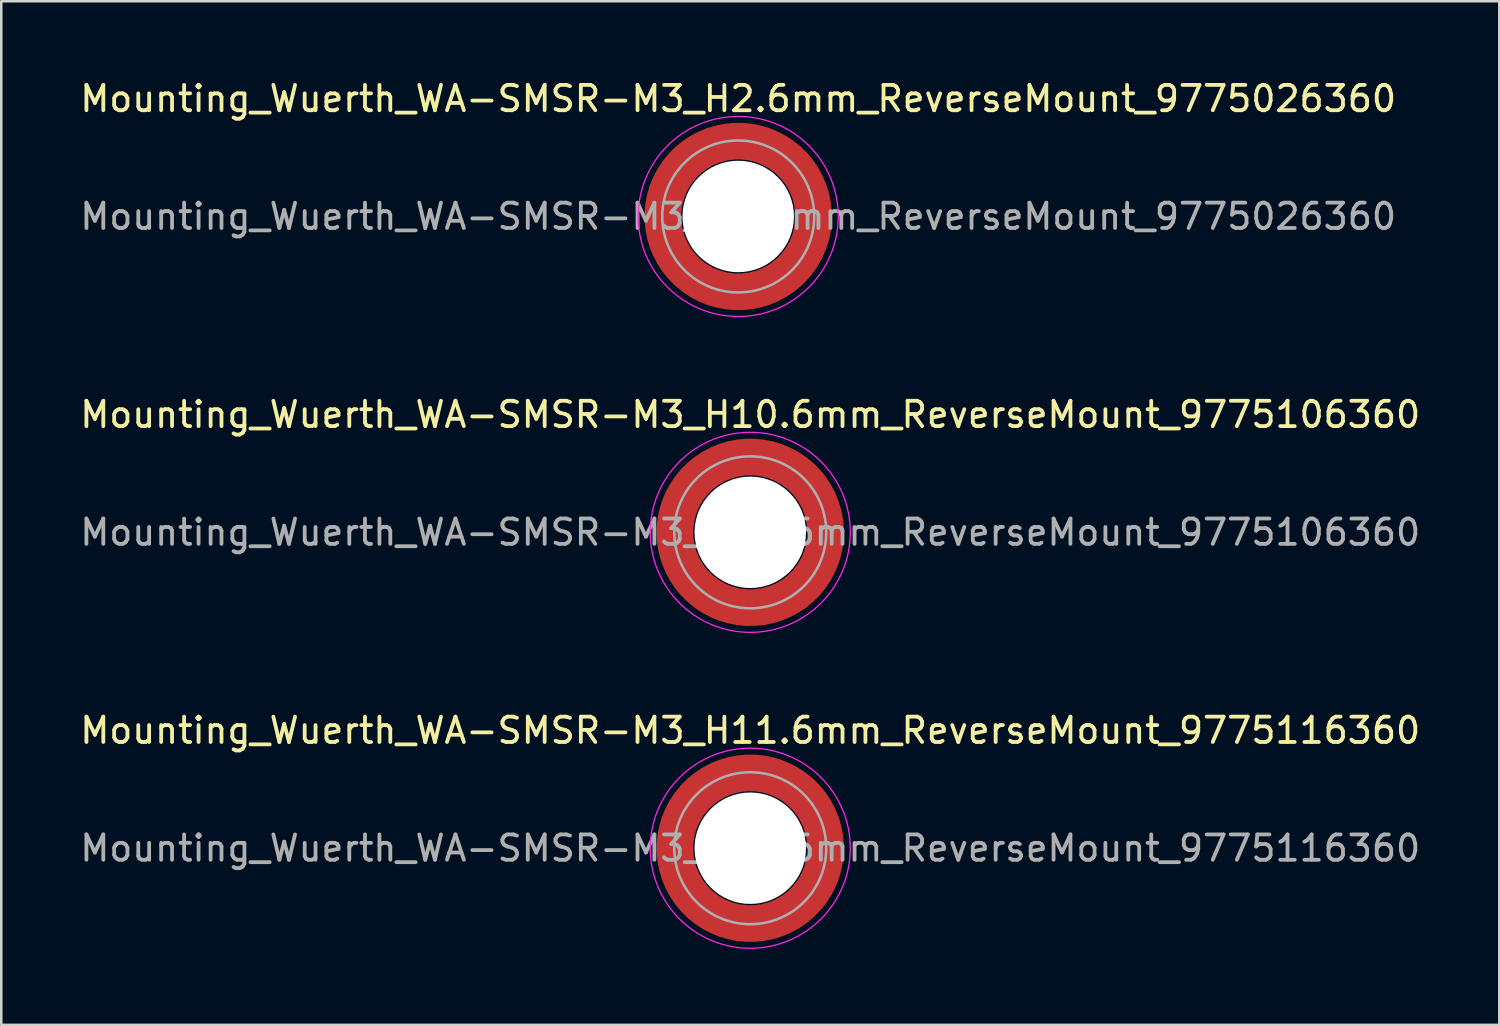
<source format=kicad_pcb>
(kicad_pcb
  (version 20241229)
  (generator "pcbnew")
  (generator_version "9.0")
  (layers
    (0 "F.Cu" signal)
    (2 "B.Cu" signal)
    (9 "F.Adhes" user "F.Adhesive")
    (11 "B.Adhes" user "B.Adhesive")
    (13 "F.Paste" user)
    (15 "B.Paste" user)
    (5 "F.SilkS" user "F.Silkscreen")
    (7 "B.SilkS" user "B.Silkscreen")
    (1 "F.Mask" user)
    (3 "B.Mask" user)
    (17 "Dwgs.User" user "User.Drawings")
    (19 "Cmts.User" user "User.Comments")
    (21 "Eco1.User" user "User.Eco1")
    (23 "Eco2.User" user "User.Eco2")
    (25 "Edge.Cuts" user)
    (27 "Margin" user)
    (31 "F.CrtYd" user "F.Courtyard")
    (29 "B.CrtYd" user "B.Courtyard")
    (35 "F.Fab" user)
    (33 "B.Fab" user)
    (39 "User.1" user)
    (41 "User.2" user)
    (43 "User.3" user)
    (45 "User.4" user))
  (footprint "Mounting_Wuerth_WA-SMSR-M3_H2.6mm_ReverseMount_9775026360"
    (layer "F.Cu")
    (at 26.101 5.498)
    (property "Reference" "Mounting_Wuerth_WA-SMSR-M3_H2.6mm_ReverseMount_9775026360" (at 0 -4.65 0) (layer "F.SilkS") (effects (font (size 1 1) (thickness 0.15))))
    (attr smd)
    (fp_circle (center 0 0) (end 3.95 0) (stroke (width 0.05) (type solid)) (fill no) (layer "F.CrtYd"))
    (fp_circle (center 0 0) (end 3 0) (stroke (width 0.1) (type solid)) (fill no) (layer "F.Fab"))
    (fp_text user "${REFERENCE}" (at 0 0 0) (layer "F.Fab") (effects (font (size 1 1) (thickness 0.15))))
    (pad "" smd custom (at -2.095 -2.095) (size 0.945 0.945) (layers "F.Paste") (options (anchor circle)) (primitives (gr_arc (start -0.24231 1.594804) (mid 0.404819 0.404819) (end 1.594804 -0.24231) (width 0.2)) (gr_arc (start -0.3398 1.594804) (mid 0.337349 0.337349) (end 1.594804 -0.3398) (width 0.2)) (gr_arc (start -0.437132 1.594804) (mid 0.269879 0.269879) (end 1.594804 -0.437132) (width 0.2)) (gr_arc (start -0.534324 1.594804) (mid 0.202409 0.202409) (end 1.594804 -0.534324) (width 0.2)) (gr_arc (start -0.631391 1.594804) (mid 0.134939 0.134939) (end 1.594804 -0.631391) (width 0.2)) (gr_arc (start -0.728345 1.594804) (mid 0.06747 0.06747) (end 1.594804 -0.728345) (width 0.2)) (gr_arc (start -0.825197 1.594804) (mid 0 0) (end 1.594804 -0.825197) (width 0.2)) (gr_arc (start -0.921958 1.594804) (mid -0.067469 -0.067469) (end 1.594804 -0.921958) (width 0.2)) (gr_arc (start -1.018637 1.594804) (mid -0.13494 -0.13494) (end 1.594804 -1.018637) (width 0.2)) (gr_arc (start -1.115239 1.594804) (mid -0.202409 -0.202409) (end 1.594804 -1.115239) (width 0.2)) (gr_arc (start -1.211773 1.594804) (mid -0.269879 -0.269879) (end 1.594804 -1.211773) (width 0.2)) (gr_arc (start -1.308244 1.594804) (mid -0.337349 -0.337349) (end 1.594804 -1.308244) (width 0.2)) (gr_arc (start -1.404657 1.594804) (mid -0.404819 -0.404819) (end 1.594804 -1.404657) (width 0.2)) (gr_arc (start -1.404657 1.594804) (mid -0.404819 -0.404819) (end 1.594804 -1.404657) (width 0.2)) (gr_line (start 1.595 -0.242) (end 1.595 -1.405) (width 0.2)) (gr_line (start -0.242 1.595) (end -1.405 1.595) (width 0.2))))
    (pad "" smd custom (at -2.095 2.095) (size 0.945 0.945) (layers "F.Paste") (options (anchor circle)) (primitives (gr_arc (start 1.594804 0.24231) (mid 0.404819 -0.404819) (end -0.24231 -1.594804) (width 0.2)) (gr_arc (start 1.594804 0.3398) (mid 0.337349 -0.337349) (end -0.3398 -1.594804) (width 0.2)) (gr_arc (start 1.594804 0.437132) (mid 0.269879 -0.269879) (end -0.437132 -1.594804) (width 0.2)) (gr_arc (start 1.594804 0.534324) (mid 0.202409 -0.202409) (end -0.534324 -1.594804) (width 0.2)) (gr_arc (start 1.594804 0.631391) (mid 0.134939 -0.134939) (end -0.631391 -1.594804) (width 0.2)) (gr_arc (start 1.594804 0.728345) (mid 0.06747 -0.06747) (end -0.728345 -1.594804) (width 0.2)) (gr_arc (start 1.594804 0.825197) (mid 0 0) (end -0.825197 -1.594804) (width 0.2)) (gr_arc (start 1.594804 0.921958) (mid -0.067469 0.067469) (end -0.921958 -1.594804) (width 0.2)) (gr_arc (start 1.594804 1.018637) (mid -0.13494 0.13494) (end -1.018637 -1.594804) (width 0.2)) (gr_arc (start 1.594804 1.115239) (mid -0.202409 0.202409) (end -1.115239 -1.594804) (width 0.2)) (gr_arc (start 1.594804 1.211773) (mid -0.269879 0.269879) (end -1.211773 -1.594804) (width 0.2)) (gr_arc (start 1.594804 1.308244) (mid -0.337349 0.337349) (end -1.308244 -1.594804) (width 0.2)) (gr_arc (start 1.594804 1.404657) (mid -0.404819 0.404819) (end -1.404657 -1.594804) (width 0.2)) (gr_arc (start 1.594804 1.404657) (mid -0.404819 0.404819) (end -1.404657 -1.594804) (width 0.2)) (gr_line (start -0.242 -1.595) (end -1.405 -1.595) (width 0.2)) (gr_line (start 1.595 0.242) (end 1.595 1.405) (width 0.2))))
    (pad "" np_thru_hole circle (at 0 0) (size 4.4 4.4) (drill 4.4) (layers "*.Cu" "*.Mask"))
    (pad "" smd custom (at 2.095 -2.095) (size 0.945 0.945) (layers "F.Paste") (options (anchor circle)) (primitives (gr_arc (start -1.594804 -0.24231) (mid -0.404819 0.404819) (end 0.24231 1.594804) (width 0.2)) (gr_arc (start -1.594804 -0.3398) (mid -0.337349 0.337349) (end 0.3398 1.594804) (width 0.2)) (gr_arc (start -1.594804 -0.437132) (mid -0.269879 0.269879) (end 0.437132 1.594804) (width 0.2)) (gr_arc (start -1.594804 -0.534324) (mid -0.202409 0.202409) (end 0.534324 1.594804) (width 0.2)) (gr_arc (start -1.594804 -0.631391) (mid -0.134939 0.134939) (end 0.631391 1.594804) (width 0.2)) (gr_arc (start -1.594804 -0.728345) (mid -0.06747 0.06747) (end 0.728345 1.594804) (width 0.2)) (gr_arc (start -1.594804 -0.825197) (mid 0 0) (end 0.825197 1.594804) (width 0.2)) (gr_arc (start -1.594804 -0.921958) (mid 0.067469 -0.067469) (end 0.921958 1.594804) (width 0.2)) (gr_arc (start -1.594804 -1.018637) (mid 0.13494 -0.13494) (end 1.018637 1.594804) (width 0.2)) (gr_arc (start -1.594804 -1.115239) (mid 0.202409 -0.202409) (end 1.115239 1.594804) (width 0.2)) (gr_arc (start -1.594804 -1.211773) (mid 0.269879 -0.269879) (end 1.211773 1.594804) (width 0.2)) (gr_arc (start -1.594804 -1.308244) (mid 0.337349 -0.337349) (end 1.308244 1.594804) (width 0.2)) (gr_arc (start -1.594804 -1.404657) (mid 0.404819 -0.404819) (end 1.404657 1.594804) (width 0.2)) (gr_arc (start -1.594804 -1.404657) (mid 0.404819 -0.404819) (end 1.404657 1.594804) (width 0.2)) (gr_line (start 0.242 1.595) (end 1.405 1.595) (width 0.2)) (gr_line (start -1.595 -0.242) (end -1.595 -1.405) (width 0.2))))
    (pad "" smd custom (at 2.095 2.095) (size 0.945 0.945) (layers "F.Paste") (options (anchor circle)) (primitives (gr_arc (start 0.24231 -1.594804) (mid -0.404819 -0.404819) (end -1.594804 0.24231) (width 0.2)) (gr_arc (start 0.3398 -1.594804) (mid -0.337349 -0.337349) (end -1.594804 0.3398) (width 0.2)) (gr_arc (start 0.437132 -1.594804) (mid -0.269879 -0.269879) (end -1.594804 0.437132) (width 0.2)) (gr_arc (start 0.534324 -1.594804) (mid -0.202409 -0.202409) (end -1.594804 0.534324) (width 0.2)) (gr_arc (start 0.631391 -1.594804) (mid -0.134939 -0.134939) (end -1.594804 0.631391) (width 0.2)) (gr_arc (start 0.728345 -1.594804) (mid -0.06747 -0.06747) (end -1.594804 0.728345) (width 0.2)) (gr_arc (start 0.825197 -1.594804) (mid 0 0) (end -1.594804 0.825197) (width 0.2)) (gr_arc (start 0.921958 -1.594804) (mid 0.067469 0.067469) (end -1.594804 0.921958) (width 0.2)) (gr_arc (start 1.018637 -1.594804) (mid 0.13494 0.13494) (end -1.594804 1.018637) (width 0.2)) (gr_arc (start 1.115239 -1.594804) (mid 0.202409 0.202409) (end -1.594804 1.115239) (width 0.2)) (gr_arc (start 1.211773 -1.594804) (mid 0.269879 0.269879) (end -1.594804 1.211773) (width 0.2)) (gr_arc (start 1.308244 -1.594804) (mid 0.337349 0.337349) (end -1.594804 1.308244) (width 0.2)) (gr_arc (start 1.404657 -1.594804) (mid 0.404819 0.404819) (end -1.594804 1.404657) (width 0.2)) (gr_arc (start 1.404657 -1.594804) (mid 0.404819 0.404819) (end -1.594804 1.404657) (width 0.2)) (gr_line (start -1.595 0.242) (end -1.595 1.405) (width 0.2)) (gr_line (start 0.242 -1.595) (end 1.405 -1.595) (width 0.2))))
    (pad "1" smd circle (at -2.975 0) (size 1.05 1.05) (layers "F.Cu"))
    (pad "1" smd circle (at 0 -2.975) (size 1.05 1.05) (layers "F.Cu"))
    (pad "1" smd circle (at 0 2.975) (size 1.05 1.05) (layers "F.Cu"))
    (pad "1" smd custom (at 2.975 0) (size 1.05 1.05) (layers "F.Cu" "F.Mask") (options (anchor circle)) (primitives (gr_circle (center -2.975 0) (end 0 0) (width 1.45) (fill no)))))
  (footprint "Mounting_Wuerth_WA-SMSR-M3_H10.6mm_ReverseMount_9775106360"
    (layer "F.Cu")
    (at 26.577 17.971)
    (property "Reference" "Mounting_Wuerth_WA-SMSR-M3_H10.6mm_ReverseMount_9775106360" (at 0 -4.65 0) (layer "F.SilkS") (effects (font (size 1 1) (thickness 0.15))))
    (attr smd)
    (fp_circle (center 0 0) (end 3.95 0) (stroke (width 0.05) (type solid)) (fill no) (layer "F.CrtYd"))
    (fp_circle (center 0 0) (end 3 0) (stroke (width 0.1) (type solid)) (fill no) (layer "F.Fab"))
    (fp_text user "${REFERENCE}" (at 0 0 0) (layer "F.Fab") (effects (font (size 1 1) (thickness 0.15))))
    (pad "" smd custom (at -2.095 -2.095) (size 0.945 0.945) (layers "F.Paste") (options (anchor circle)) (primitives (gr_arc (start -0.24231 1.594804) (mid 0.404819 0.404819) (end 1.594804 -0.24231) (width 0.2)) (gr_arc (start -0.3398 1.594804) (mid 0.337349 0.337349) (end 1.594804 -0.3398) (width 0.2)) (gr_arc (start -0.437132 1.594804) (mid 0.269879 0.269879) (end 1.594804 -0.437132) (width 0.2)) (gr_arc (start -0.534324 1.594804) (mid 0.202409 0.202409) (end 1.594804 -0.534324) (width 0.2)) (gr_arc (start -0.631391 1.594804) (mid 0.134939 0.134939) (end 1.594804 -0.631391) (width 0.2)) (gr_arc (start -0.728345 1.594804) (mid 0.06747 0.06747) (end 1.594804 -0.728345) (width 0.2)) (gr_arc (start -0.825197 1.594804) (mid 0 0) (end 1.594804 -0.825197) (width 0.2)) (gr_arc (start -0.921958 1.594804) (mid -0.067469 -0.067469) (end 1.594804 -0.921958) (width 0.2)) (gr_arc (start -1.018637 1.594804) (mid -0.13494 -0.13494) (end 1.594804 -1.018637) (width 0.2)) (gr_arc (start -1.115239 1.594804) (mid -0.202409 -0.202409) (end 1.594804 -1.115239) (width 0.2)) (gr_arc (start -1.211773 1.594804) (mid -0.269879 -0.269879) (end 1.594804 -1.211773) (width 0.2)) (gr_arc (start -1.308244 1.594804) (mid -0.337349 -0.337349) (end 1.594804 -1.308244) (width 0.2)) (gr_arc (start -1.404657 1.594804) (mid -0.404819 -0.404819) (end 1.594804 -1.404657) (width 0.2)) (gr_arc (start -1.404657 1.594804) (mid -0.404819 -0.404819) (end 1.594804 -1.404657) (width 0.2)) (gr_line (start 1.595 -0.242) (end 1.595 -1.405) (width 0.2)) (gr_line (start -0.242 1.595) (end -1.405 1.595) (width 0.2))))
    (pad "" smd custom (at -2.095 2.095) (size 0.945 0.945) (layers "F.Paste") (options (anchor circle)) (primitives (gr_arc (start 1.594804 0.24231) (mid 0.404819 -0.404819) (end -0.24231 -1.594804) (width 0.2)) (gr_arc (start 1.594804 0.3398) (mid 0.337349 -0.337349) (end -0.3398 -1.594804) (width 0.2)) (gr_arc (start 1.594804 0.437132) (mid 0.269879 -0.269879) (end -0.437132 -1.594804) (width 0.2)) (gr_arc (start 1.594804 0.534324) (mid 0.202409 -0.202409) (end -0.534324 -1.594804) (width 0.2)) (gr_arc (start 1.594804 0.631391) (mid 0.134939 -0.134939) (end -0.631391 -1.594804) (width 0.2)) (gr_arc (start 1.594804 0.728345) (mid 0.06747 -0.06747) (end -0.728345 -1.594804) (width 0.2)) (gr_arc (start 1.594804 0.825197) (mid 0 0) (end -0.825197 -1.594804) (width 0.2)) (gr_arc (start 1.594804 0.921958) (mid -0.067469 0.067469) (end -0.921958 -1.594804) (width 0.2)) (gr_arc (start 1.594804 1.018637) (mid -0.13494 0.13494) (end -1.018637 -1.594804) (width 0.2)) (gr_arc (start 1.594804 1.115239) (mid -0.202409 0.202409) (end -1.115239 -1.594804) (width 0.2)) (gr_arc (start 1.594804 1.211773) (mid -0.269879 0.269879) (end -1.211773 -1.594804) (width 0.2)) (gr_arc (start 1.594804 1.308244) (mid -0.337349 0.337349) (end -1.308244 -1.594804) (width 0.2)) (gr_arc (start 1.594804 1.404657) (mid -0.404819 0.404819) (end -1.404657 -1.594804) (width 0.2)) (gr_arc (start 1.594804 1.404657) (mid -0.404819 0.404819) (end -1.404657 -1.594804) (width 0.2)) (gr_line (start -0.242 -1.595) (end -1.405 -1.595) (width 0.2)) (gr_line (start 1.595 0.242) (end 1.595 1.405) (width 0.2))))
    (pad "" np_thru_hole circle (at 0 0) (size 4.4 4.4) (drill 4.4) (layers "*.Cu" "*.Mask"))
    (pad "" smd custom (at 2.095 -2.095) (size 0.945 0.945) (layers "F.Paste") (options (anchor circle)) (primitives (gr_arc (start -1.594804 -0.24231) (mid -0.404819 0.404819) (end 0.24231 1.594804) (width 0.2)) (gr_arc (start -1.594804 -0.3398) (mid -0.337349 0.337349) (end 0.3398 1.594804) (width 0.2)) (gr_arc (start -1.594804 -0.437132) (mid -0.269879 0.269879) (end 0.437132 1.594804) (width 0.2)) (gr_arc (start -1.594804 -0.534324) (mid -0.202409 0.202409) (end 0.534324 1.594804) (width 0.2)) (gr_arc (start -1.594804 -0.631391) (mid -0.134939 0.134939) (end 0.631391 1.594804) (width 0.2)) (gr_arc (start -1.594804 -0.728345) (mid -0.06747 0.06747) (end 0.728345 1.594804) (width 0.2)) (gr_arc (start -1.594804 -0.825197) (mid 0 0) (end 0.825197 1.594804) (width 0.2)) (gr_arc (start -1.594804 -0.921958) (mid 0.067469 -0.067469) (end 0.921958 1.594804) (width 0.2)) (gr_arc (start -1.594804 -1.018637) (mid 0.13494 -0.13494) (end 1.018637 1.594804) (width 0.2)) (gr_arc (start -1.594804 -1.115239) (mid 0.202409 -0.202409) (end 1.115239 1.594804) (width 0.2)) (gr_arc (start -1.594804 -1.211773) (mid 0.269879 -0.269879) (end 1.211773 1.594804) (width 0.2)) (gr_arc (start -1.594804 -1.308244) (mid 0.337349 -0.337349) (end 1.308244 1.594804) (width 0.2)) (gr_arc (start -1.594804 -1.404657) (mid 0.404819 -0.404819) (end 1.404657 1.594804) (width 0.2)) (gr_arc (start -1.594804 -1.404657) (mid 0.404819 -0.404819) (end 1.404657 1.594804) (width 0.2)) (gr_line (start 0.242 1.595) (end 1.405 1.595) (width 0.2)) (gr_line (start -1.595 -0.242) (end -1.595 -1.405) (width 0.2))))
    (pad "" smd custom (at 2.095 2.095) (size 0.945 0.945) (layers "F.Paste") (options (anchor circle)) (primitives (gr_arc (start 0.24231 -1.594804) (mid -0.404819 -0.404819) (end -1.594804 0.24231) (width 0.2)) (gr_arc (start 0.3398 -1.594804) (mid -0.337349 -0.337349) (end -1.594804 0.3398) (width 0.2)) (gr_arc (start 0.437132 -1.594804) (mid -0.269879 -0.269879) (end -1.594804 0.437132) (width 0.2)) (gr_arc (start 0.534324 -1.594804) (mid -0.202409 -0.202409) (end -1.594804 0.534324) (width 0.2)) (gr_arc (start 0.631391 -1.594804) (mid -0.134939 -0.134939) (end -1.594804 0.631391) (width 0.2)) (gr_arc (start 0.728345 -1.594804) (mid -0.06747 -0.06747) (end -1.594804 0.728345) (width 0.2)) (gr_arc (start 0.825197 -1.594804) (mid 0 0) (end -1.594804 0.825197) (width 0.2)) (gr_arc (start 0.921958 -1.594804) (mid 0.067469 0.067469) (end -1.594804 0.921958) (width 0.2)) (gr_arc (start 1.018637 -1.594804) (mid 0.13494 0.13494) (end -1.594804 1.018637) (width 0.2)) (gr_arc (start 1.115239 -1.594804) (mid 0.202409 0.202409) (end -1.594804 1.115239) (width 0.2)) (gr_arc (start 1.211773 -1.594804) (mid 0.269879 0.269879) (end -1.594804 1.211773) (width 0.2)) (gr_arc (start 1.308244 -1.594804) (mid 0.337349 0.337349) (end -1.594804 1.308244) (width 0.2)) (gr_arc (start 1.404657 -1.594804) (mid 0.404819 0.404819) (end -1.594804 1.404657) (width 0.2)) (gr_arc (start 1.404657 -1.594804) (mid 0.404819 0.404819) (end -1.594804 1.404657) (width 0.2)) (gr_line (start -1.595 0.242) (end -1.595 1.405) (width 0.2)) (gr_line (start 0.242 -1.595) (end 1.405 -1.595) (width 0.2))))
    (pad "1" smd circle (at -2.975 0) (size 1.05 1.05) (layers "F.Cu"))
    (pad "1" smd circle (at 0 -2.975) (size 1.05 1.05) (layers "F.Cu"))
    (pad "1" smd circle (at 0 2.975) (size 1.05 1.05) (layers "F.Cu"))
    (pad "1" smd custom (at 2.975 0) (size 1.05 1.05) (layers "F.Cu" "F.Mask") (options (anchor circle)) (primitives (gr_circle (center -2.975 0) (end 0 0) (width 1.45) (fill no)))))
  (footprint "Mounting_Wuerth_WA-SMSR-M3_H11.6mm_ReverseMount_9775116360"
    (layer "F.Cu")
    (at 26.577 30.445)
    (property "Reference" "Mounting_Wuerth_WA-SMSR-M3_H11.6mm_ReverseMount_9775116360" (at 0 -4.65 0) (layer "F.SilkS") (effects (font (size 1 1) (thickness 0.15))))
    (attr smd)
    (fp_circle (center 0 0) (end 3.95 0) (stroke (width 0.05) (type solid)) (fill no) (layer "F.CrtYd"))
    (fp_circle (center 0 0) (end 3 0) (stroke (width 0.1) (type solid)) (fill no) (layer "F.Fab"))
    (fp_text user "${REFERENCE}" (at 0 0 0) (layer "F.Fab") (effects (font (size 1 1) (thickness 0.15))))
    (pad "" smd custom (at -2.095 -2.095) (size 0.945 0.945) (layers "F.Paste") (options (anchor circle)) (primitives (gr_arc (start -0.24231 1.594804) (mid 0.404819 0.404819) (end 1.594804 -0.24231) (width 0.2)) (gr_arc (start -0.3398 1.594804) (mid 0.337349 0.337349) (end 1.594804 -0.3398) (width 0.2)) (gr_arc (start -0.437132 1.594804) (mid 0.269879 0.269879) (end 1.594804 -0.437132) (width 0.2)) (gr_arc (start -0.534324 1.594804) (mid 0.202409 0.202409) (end 1.594804 -0.534324) (width 0.2)) (gr_arc (start -0.631391 1.594804) (mid 0.134939 0.134939) (end 1.594804 -0.631391) (width 0.2)) (gr_arc (start -0.728345 1.594804) (mid 0.06747 0.06747) (end 1.594804 -0.728345) (width 0.2)) (gr_arc (start -0.825197 1.594804) (mid 0 0) (end 1.594804 -0.825197) (width 0.2)) (gr_arc (start -0.921958 1.594804) (mid -0.067469 -0.067469) (end 1.594804 -0.921958) (width 0.2)) (gr_arc (start -1.018637 1.594804) (mid -0.13494 -0.13494) (end 1.594804 -1.018637) (width 0.2)) (gr_arc (start -1.115239 1.594804) (mid -0.202409 -0.202409) (end 1.594804 -1.115239) (width 0.2)) (gr_arc (start -1.211773 1.594804) (mid -0.269879 -0.269879) (end 1.594804 -1.211773) (width 0.2)) (gr_arc (start -1.308244 1.594804) (mid -0.337349 -0.337349) (end 1.594804 -1.308244) (width 0.2)) (gr_arc (start -1.404657 1.594804) (mid -0.404819 -0.404819) (end 1.594804 -1.404657) (width 0.2)) (gr_arc (start -1.404657 1.594804) (mid -0.404819 -0.404819) (end 1.594804 -1.404657) (width 0.2)) (gr_line (start 1.595 -0.242) (end 1.595 -1.405) (width 0.2)) (gr_line (start -0.242 1.595) (end -1.405 1.595) (width 0.2))))
    (pad "" smd custom (at -2.095 2.095) (size 0.945 0.945) (layers "F.Paste") (options (anchor circle)) (primitives (gr_arc (start 1.594804 0.24231) (mid 0.404819 -0.404819) (end -0.24231 -1.594804) (width 0.2)) (gr_arc (start 1.594804 0.3398) (mid 0.337349 -0.337349) (end -0.3398 -1.594804) (width 0.2)) (gr_arc (start 1.594804 0.437132) (mid 0.269879 -0.269879) (end -0.437132 -1.594804) (width 0.2)) (gr_arc (start 1.594804 0.534324) (mid 0.202409 -0.202409) (end -0.534324 -1.594804) (width 0.2)) (gr_arc (start 1.594804 0.631391) (mid 0.134939 -0.134939) (end -0.631391 -1.594804) (width 0.2)) (gr_arc (start 1.594804 0.728345) (mid 0.06747 -0.06747) (end -0.728345 -1.594804) (width 0.2)) (gr_arc (start 1.594804 0.825197) (mid 0 0) (end -0.825197 -1.594804) (width 0.2)) (gr_arc (start 1.594804 0.921958) (mid -0.067469 0.067469) (end -0.921958 -1.594804) (width 0.2)) (gr_arc (start 1.594804 1.018637) (mid -0.13494 0.13494) (end -1.018637 -1.594804) (width 0.2)) (gr_arc (start 1.594804 1.115239) (mid -0.202409 0.202409) (end -1.115239 -1.594804) (width 0.2)) (gr_arc (start 1.594804 1.211773) (mid -0.269879 0.269879) (end -1.211773 -1.594804) (width 0.2)) (gr_arc (start 1.594804 1.308244) (mid -0.337349 0.337349) (end -1.308244 -1.594804) (width 0.2)) (gr_arc (start 1.594804 1.404657) (mid -0.404819 0.404819) (end -1.404657 -1.594804) (width 0.2)) (gr_arc (start 1.594804 1.404657) (mid -0.404819 0.404819) (end -1.404657 -1.594804) (width 0.2)) (gr_line (start -0.242 -1.595) (end -1.405 -1.595) (width 0.2)) (gr_line (start 1.595 0.242) (end 1.595 1.405) (width 0.2))))
    (pad "" np_thru_hole circle (at 0 0) (size 4.4 4.4) (drill 4.4) (layers "*.Cu" "*.Mask"))
    (pad "" smd custom (at 2.095 -2.095) (size 0.945 0.945) (layers "F.Paste") (options (anchor circle)) (primitives (gr_arc (start -1.594804 -0.24231) (mid -0.404819 0.404819) (end 0.24231 1.594804) (width 0.2)) (gr_arc (start -1.594804 -0.3398) (mid -0.337349 0.337349) (end 0.3398 1.594804) (width 0.2)) (gr_arc (start -1.594804 -0.437132) (mid -0.269879 0.269879) (end 0.437132 1.594804) (width 0.2)) (gr_arc (start -1.594804 -0.534324) (mid -0.202409 0.202409) (end 0.534324 1.594804) (width 0.2)) (gr_arc (start -1.594804 -0.631391) (mid -0.134939 0.134939) (end 0.631391 1.594804) (width 0.2)) (gr_arc (start -1.594804 -0.728345) (mid -0.06747 0.06747) (end 0.728345 1.594804) (width 0.2)) (gr_arc (start -1.594804 -0.825197) (mid 0 0) (end 0.825197 1.594804) (width 0.2)) (gr_arc (start -1.594804 -0.921958) (mid 0.067469 -0.067469) (end 0.921958 1.594804) (width 0.2)) (gr_arc (start -1.594804 -1.018637) (mid 0.13494 -0.13494) (end 1.018637 1.594804) (width 0.2)) (gr_arc (start -1.594804 -1.115239) (mid 0.202409 -0.202409) (end 1.115239 1.594804) (width 0.2)) (gr_arc (start -1.594804 -1.211773) (mid 0.269879 -0.269879) (end 1.211773 1.594804) (width 0.2)) (gr_arc (start -1.594804 -1.308244) (mid 0.337349 -0.337349) (end 1.308244 1.594804) (width 0.2)) (gr_arc (start -1.594804 -1.404657) (mid 0.404819 -0.404819) (end 1.404657 1.594804) (width 0.2)) (gr_arc (start -1.594804 -1.404657) (mid 0.404819 -0.404819) (end 1.404657 1.594804) (width 0.2)) (gr_line (start 0.242 1.595) (end 1.405 1.595) (width 0.2)) (gr_line (start -1.595 -0.242) (end -1.595 -1.405) (width 0.2))))
    (pad "" smd custom (at 2.095 2.095) (size 0.945 0.945) (layers "F.Paste") (options (anchor circle)) (primitives (gr_arc (start 0.24231 -1.594804) (mid -0.404819 -0.404819) (end -1.594804 0.24231) (width 0.2)) (gr_arc (start 0.3398 -1.594804) (mid -0.337349 -0.337349) (end -1.594804 0.3398) (width 0.2)) (gr_arc (start 0.437132 -1.594804) (mid -0.269879 -0.269879) (end -1.594804 0.437132) (width 0.2)) (gr_arc (start 0.534324 -1.594804) (mid -0.202409 -0.202409) (end -1.594804 0.534324) (width 0.2)) (gr_arc (start 0.631391 -1.594804) (mid -0.134939 -0.134939) (end -1.594804 0.631391) (width 0.2)) (gr_arc (start 0.728345 -1.594804) (mid -0.06747 -0.06747) (end -1.594804 0.728345) (width 0.2)) (gr_arc (start 0.825197 -1.594804) (mid 0 0) (end -1.594804 0.825197) (width 0.2)) (gr_arc (start 0.921958 -1.594804) (mid 0.067469 0.067469) (end -1.594804 0.921958) (width 0.2)) (gr_arc (start 1.018637 -1.594804) (mid 0.13494 0.13494) (end -1.594804 1.018637) (width 0.2)) (gr_arc (start 1.115239 -1.594804) (mid 0.202409 0.202409) (end -1.594804 1.115239) (width 0.2)) (gr_arc (start 1.211773 -1.594804) (mid 0.269879 0.269879) (end -1.594804 1.211773) (width 0.2)) (gr_arc (start 1.308244 -1.594804) (mid 0.337349 0.337349) (end -1.594804 1.308244) (width 0.2)) (gr_arc (start 1.404657 -1.594804) (mid 0.404819 0.404819) (end -1.594804 1.404657) (width 0.2)) (gr_arc (start 1.404657 -1.594804) (mid 0.404819 0.404819) (end -1.594804 1.404657) (width 0.2)) (gr_line (start -1.595 0.242) (end -1.595 1.405) (width 0.2)) (gr_line (start 0.242 -1.595) (end 1.405 -1.595) (width 0.2))))
    (pad "1" smd circle (at -2.975 0) (size 1.05 1.05) (layers "F.Cu"))
    (pad "1" smd circle (at 0 -2.975) (size 1.05 1.05) (layers "F.Cu"))
    (pad "1" smd circle (at 0 2.975) (size 1.05 1.05) (layers "F.Cu"))
    (pad "1" smd custom (at 2.975 0) (size 1.05 1.05) (layers "F.Cu" "F.Mask") (options (anchor circle)) (primitives (gr_circle (center -2.975 0) (end 0 0) (width 1.45) (fill no)))))
  (gr_rect
    (start -3 -3)
    (end 56.155 37.42)
    (stroke (width 0.1) (type default))
    (fill no)
    (layer "Edge.Cuts")))
</source>
